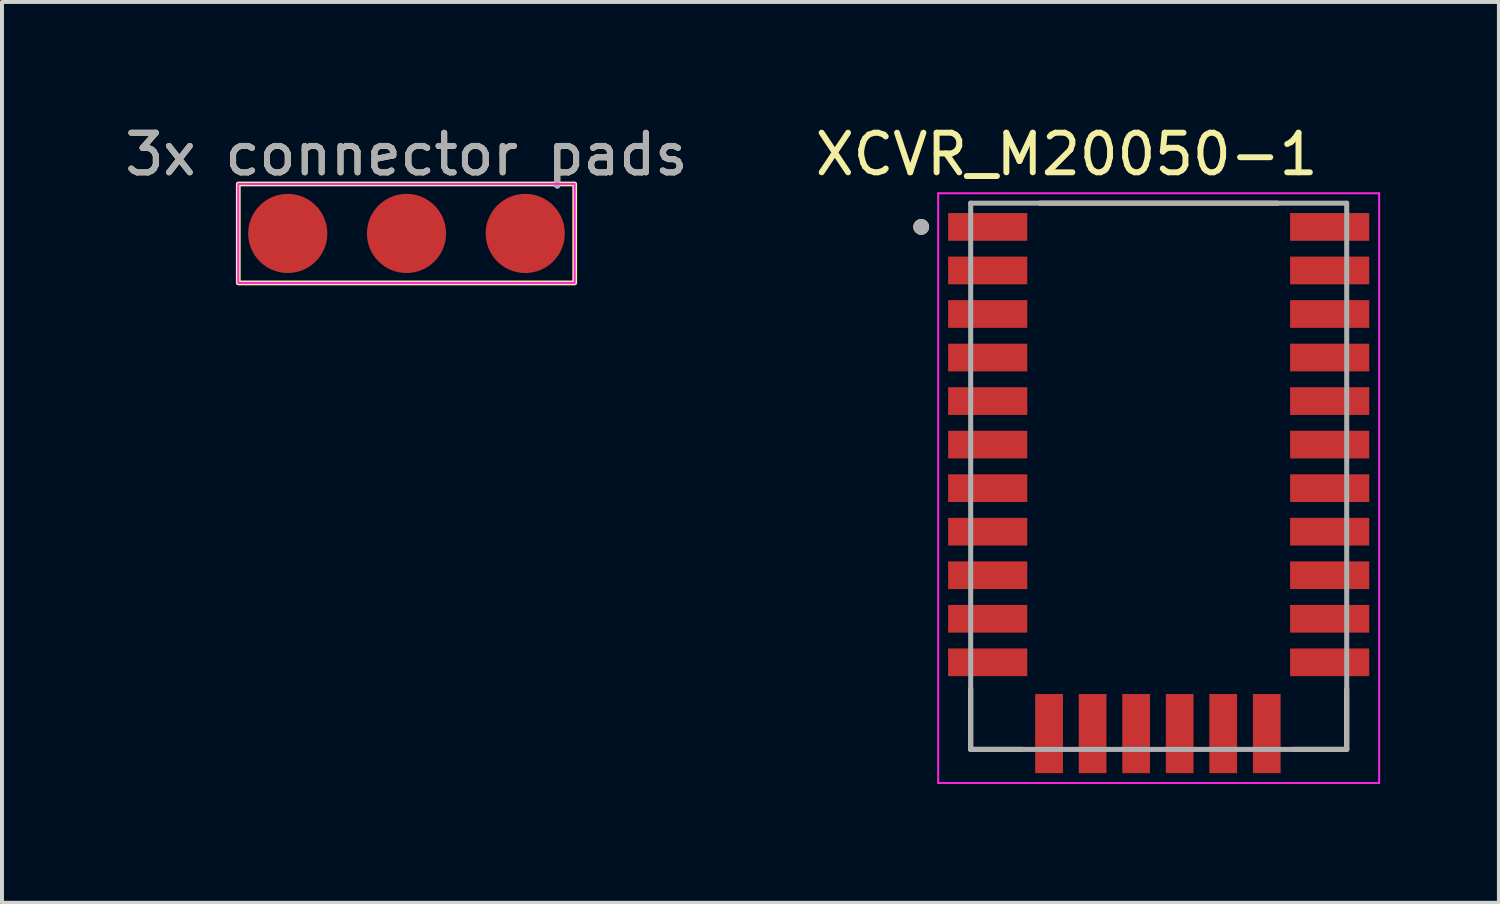
<source format=kicad_pcb>
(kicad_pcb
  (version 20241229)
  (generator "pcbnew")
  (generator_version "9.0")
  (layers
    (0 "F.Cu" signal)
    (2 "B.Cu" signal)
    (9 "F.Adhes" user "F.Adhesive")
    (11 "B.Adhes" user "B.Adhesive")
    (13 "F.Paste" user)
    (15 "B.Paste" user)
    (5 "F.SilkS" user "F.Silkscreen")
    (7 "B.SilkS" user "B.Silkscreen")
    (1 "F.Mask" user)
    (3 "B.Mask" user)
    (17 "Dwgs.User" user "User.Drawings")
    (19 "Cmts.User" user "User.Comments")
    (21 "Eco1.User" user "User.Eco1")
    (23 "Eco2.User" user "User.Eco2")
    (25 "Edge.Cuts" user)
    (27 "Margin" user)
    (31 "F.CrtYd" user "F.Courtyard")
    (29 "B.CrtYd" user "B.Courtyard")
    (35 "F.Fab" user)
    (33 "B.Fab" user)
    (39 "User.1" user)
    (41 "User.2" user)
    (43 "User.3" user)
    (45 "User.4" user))
  (footprint "XCVR_M20050-1"
    (layer "F.Cu")
    (at 26.224 8.983)
    (property "Reference" "XCVR_M20050-1" (at -2.325 -8.135 0) (layer "F.SilkS") (effects (font (size 1 1) (thickness 0.15))))
    (attr smd)
    (fp_line (start -4.75 6.9) (end -4.75 5.37) (stroke (width 0.127) (type solid)) (layer "F.SilkS"))
    (fp_line (start -3.44 6.9) (end -4.75 6.9) (stroke (width 0.127) (type solid)) (layer "F.SilkS"))
    (fp_line (start -3 -6.9) (end 3 -6.9) (stroke (width 0.127) (type solid)) (layer "F.SilkS"))
    (fp_line (start 4.75 6.9) (end 3.4 6.9) (stroke (width 0.127) (type solid)) (layer "F.SilkS"))
    (fp_line (start 4.75 6.9) (end 4.75 5.37) (stroke (width 0.127) (type solid)) (layer "F.SilkS"))
    (fp_circle (center -6 -6.3) (end -5.9 -6.3) (stroke (width 0.2) (type solid)) (fill no) (layer "F.SilkS"))
    (fp_line (start -5.57 -7.15) (end -5.57 7.75) (stroke (width 0.05) (type solid)) (layer "F.CrtYd"))
    (fp_line (start -5.57 7.75) (end 5.57 7.75) (stroke (width 0.05) (type solid)) (layer "F.CrtYd"))
    (fp_line (start 5.57 -7.15) (end -5.57 -7.15) (stroke (width 0.05) (type solid)) (layer "F.CrtYd"))
    (fp_line (start 5.57 7.75) (end 5.57 -7.15) (stroke (width 0.05) (type solid)) (layer "F.CrtYd"))
    (fp_line (start -4.75 -6.9) (end 4.75 -6.9) (stroke (width 0.127) (type solid)) (layer "F.Fab"))
    (fp_line (start -4.75 6.9) (end -4.75 -6.9) (stroke (width 0.127) (type solid)) (layer "F.Fab"))
    (fp_line (start 4.75 -6.9) (end 4.75 6.9) (stroke (width 0.127) (type solid)) (layer "F.Fab"))
    (fp_line (start 4.75 6.9) (end -4.75 6.9) (stroke (width 0.127) (type solid)) (layer "F.Fab"))
    (fp_circle (center -6 -6.3) (end -5.9 -6.3) (stroke (width 0.2) (type solid)) (fill no) (layer "F.Fab"))
    (pad "1" smd rect (at -4.32 -6.3) (size 2 0.7) (layers "F.Cu" "F.Mask" "F.Paste"))
    (pad "2" smd rect (at -4.32 -5.2) (size 2 0.7) (layers "F.Cu" "F.Mask" "F.Paste"))
    (pad "3" smd rect (at -4.32 -4.1) (size 2 0.7) (layers "F.Cu" "F.Mask" "F.Paste"))
    (pad "4" smd rect (at -4.32 -3) (size 2 0.7) (layers "F.Cu" "F.Mask" "F.Paste"))
    (pad "5" smd rect (at -4.32 -1.9) (size 2 0.7) (layers "F.Cu" "F.Mask" "F.Paste"))
    (pad "6" smd rect (at -4.32 -0.8) (size 2 0.7) (layers "F.Cu" "F.Mask" "F.Paste"))
    (pad "7" smd rect (at -4.32 0.3) (size 2 0.7) (layers "F.Cu" "F.Mask" "F.Paste"))
    (pad "8" smd rect (at -4.32 1.4) (size 2 0.7) (layers "F.Cu" "F.Mask" "F.Paste"))
    (pad "9" smd rect (at -4.32 2.5) (size 2 0.7) (layers "F.Cu" "F.Mask" "F.Paste"))
    (pad "10" smd rect (at -4.32 3.6) (size 2 0.7) (layers "F.Cu" "F.Mask" "F.Paste"))
    (pad "11" smd rect (at -4.32 4.7) (size 2 0.7) (layers "F.Cu" "F.Mask" "F.Paste"))
    (pad "12" smd rect (at -2.77 6.5) (size 0.7 2) (layers "F.Cu" "F.Mask" "F.Paste"))
    (pad "13" smd rect (at -1.67 6.5) (size 0.7 2) (layers "F.Cu" "F.Mask" "F.Paste"))
    (pad "14" smd rect (at -0.57 6.5) (size 0.7 2) (layers "F.Cu" "F.Mask" "F.Paste"))
    (pad "15" smd rect (at 0.53 6.5) (size 0.7 2) (layers "F.Cu" "F.Mask" "F.Paste"))
    (pad "16" smd rect (at 1.63 6.5) (size 0.7 2) (layers "F.Cu" "F.Mask" "F.Paste"))
    (pad "17" smd rect (at 2.73 6.5) (size 0.7 2) (layers "F.Cu" "F.Mask" "F.Paste"))
    (pad "18" smd rect (at 4.32 4.7) (size 2 0.7) (layers "F.Cu" "F.Mask" "F.Paste"))
    (pad "19" smd rect (at 4.32 3.6) (size 2 0.7) (layers "F.Cu" "F.Mask" "F.Paste"))
    (pad "20" smd rect (at 4.32 2.5) (size 2 0.7) (layers "F.Cu" "F.Mask" "F.Paste"))
    (pad "21" smd rect (at 4.32 1.4) (size 2 0.7) (layers "F.Cu" "F.Mask" "F.Paste"))
    (pad "22" smd rect (at 4.32 0.3) (size 2 0.7) (layers "F.Cu" "F.Mask" "F.Paste"))
    (pad "23" smd rect (at 4.32 -0.8) (size 2 0.7) (layers "F.Cu" "F.Mask" "F.Paste"))
    (pad "24" smd rect (at 4.32 -1.9) (size 2 0.7) (layers "F.Cu" "F.Mask" "F.Paste"))
    (pad "25" smd rect (at 4.32 -3) (size 2 0.7) (layers "F.Cu" "F.Mask" "F.Paste"))
    (pad "26" smd rect (at 4.32 -4.1) (size 2 0.7) (layers "F.Cu" "F.Mask" "F.Paste"))
    (pad "27" smd rect (at 4.32 -5.2) (size 2 0.7) (layers "F.Cu" "F.Mask" "F.Paste"))
    (pad "28" smd rect (at 4.32 -6.3) (size 2 0.7) (layers "F.Cu" "F.Mask" "F.Paste"))
    (zone (net_name "") (layer "F.Cu") (hatch full 0.508) (connect_pads) (min_thickness 0.01) (filled_areas_thickness no) (keepout (tracks not_allowed) (vias not_allowed) (pads not_allowed) (copperpour not_allowed) (footprints allowed)) (placement (enabled no)) (fill) (polygon (pts (xy 23.304 2.083) (xy 29.304 2.083) (xy 29.304 6.953) (xy 23.304 6.953))))
    (zone (net_name "") (layers "F.Cu" "B.Cu") (hatch full 0.508) (connect_pads) (min_thickness 0.01) (filled_areas_thickness no) (keepout (tracks allowed) (vias not_allowed) (pads allowed) (copperpour allowed) (footprints allowed)) (placement (enabled no)) (fill) (polygon (pts (xy 23.304 2.083) (xy 29.304 2.083) (xy 29.304 6.953) (xy 23.304 6.953))))
    (zone (net_name "") (layer "B.Cu") (hatch full 0.508) (connect_pads) (min_thickness 0.01) (filled_areas_thickness no) (keepout (tracks not_allowed) (vias not_allowed) (pads not_allowed) (copperpour not_allowed) (footprints allowed)) (placement (enabled no)) (fill) (polygon (pts (xy 23.304 2.083) (xy 29.304 2.083) (xy 29.304 6.953) (xy 23.304 6.953)))))
  (footprint "3x connector pads"
    (layer "F.Cu")
    (at 7.22 2.848)
    (property "Reference" "3x connector pads" (at 0 -1.998 0) (layer "F.SilkS") (effects (font (size 1 1) (thickness 0.15))))
    (attr exclude_from_pos_files exclude_from_bom)
    (fp_rect (start -4.25 -1.25) (end 4.25 1.25) (stroke (width 0.12) (type solid)) (fill no) (layer "F.SilkS"))
    (fp_rect (start -4.25 -1.25) (end 4.25 1.25) (stroke (width 0.05) (type solid)) (fill no) (layer "F.CrtYd"))
    (fp_text user "${REFERENCE}" (at 0 -2 0) (layer "F.Fab") (effects (font (size 1 1) (thickness 0.15))))
    (pad "1" smd circle (at -3 0) (size 2 2) (layers "F.Cu" "F.Mask"))
    (pad "2" smd circle (at 0 0) (size 2 2) (layers "F.Cu" "F.Mask"))
    (pad "3" smd circle (at 3 0) (size 2 2) (layers "F.Cu" "F.Mask")))
  (gr_rect
    (start -3 -3)
    (end 34.819 19.758)
    (stroke (width 0.1) (type default))
    (fill no)
    (layer "Edge.Cuts")))
</source>
